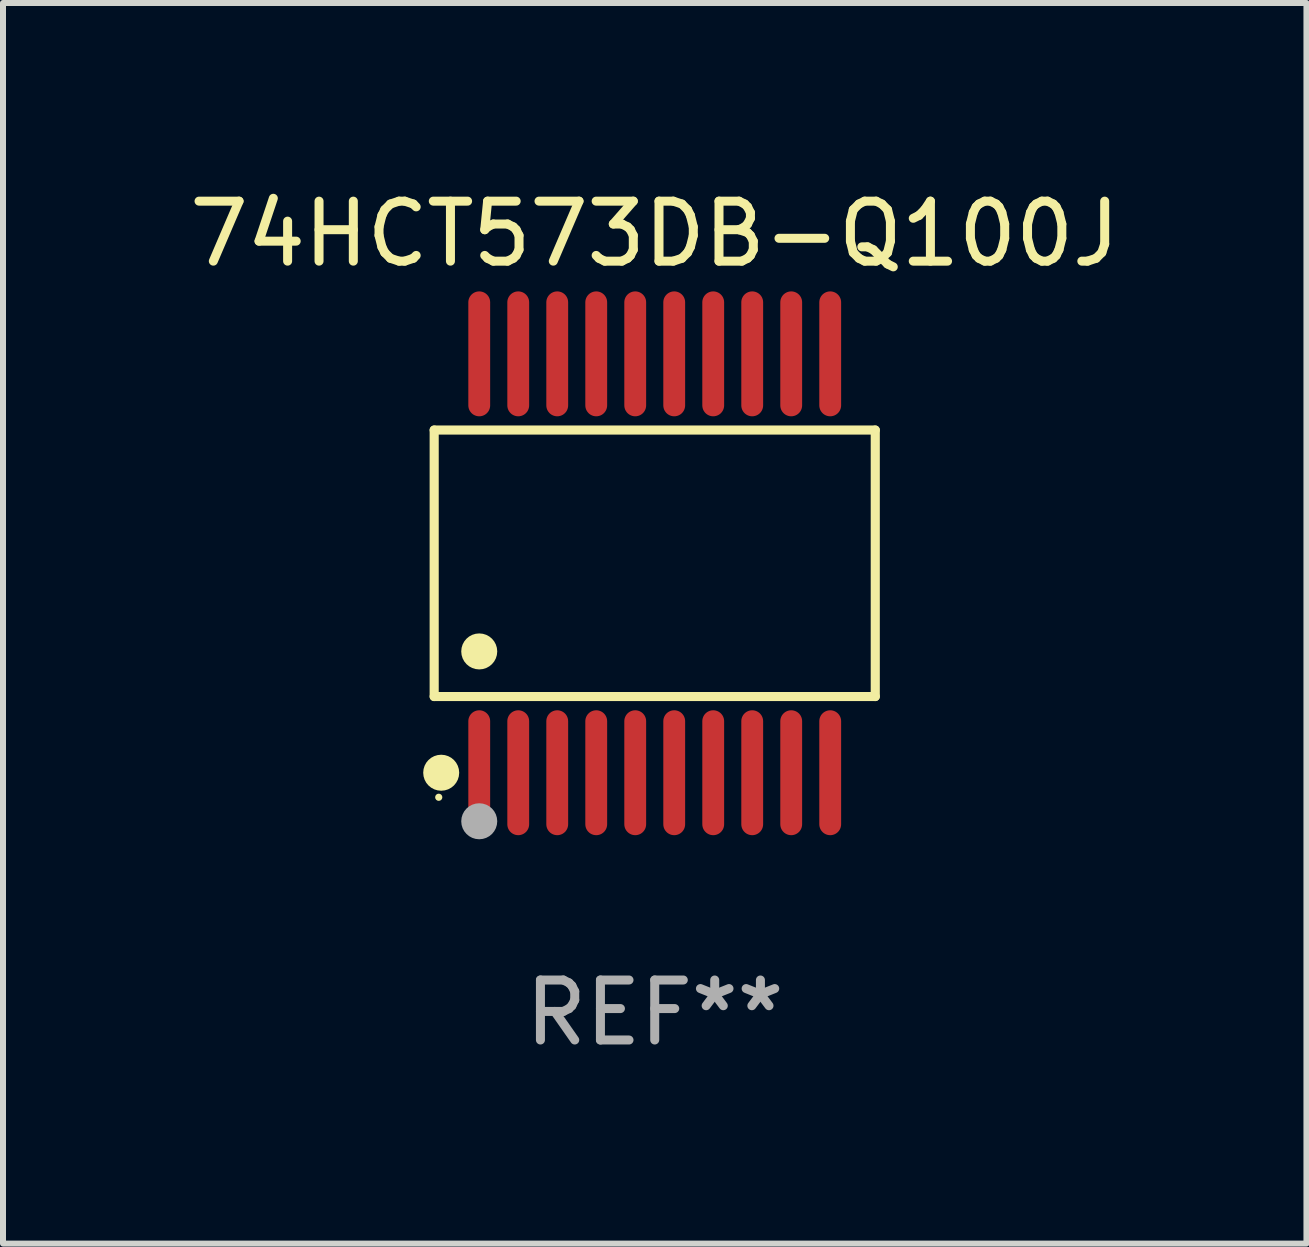
<source format=kicad_pcb>
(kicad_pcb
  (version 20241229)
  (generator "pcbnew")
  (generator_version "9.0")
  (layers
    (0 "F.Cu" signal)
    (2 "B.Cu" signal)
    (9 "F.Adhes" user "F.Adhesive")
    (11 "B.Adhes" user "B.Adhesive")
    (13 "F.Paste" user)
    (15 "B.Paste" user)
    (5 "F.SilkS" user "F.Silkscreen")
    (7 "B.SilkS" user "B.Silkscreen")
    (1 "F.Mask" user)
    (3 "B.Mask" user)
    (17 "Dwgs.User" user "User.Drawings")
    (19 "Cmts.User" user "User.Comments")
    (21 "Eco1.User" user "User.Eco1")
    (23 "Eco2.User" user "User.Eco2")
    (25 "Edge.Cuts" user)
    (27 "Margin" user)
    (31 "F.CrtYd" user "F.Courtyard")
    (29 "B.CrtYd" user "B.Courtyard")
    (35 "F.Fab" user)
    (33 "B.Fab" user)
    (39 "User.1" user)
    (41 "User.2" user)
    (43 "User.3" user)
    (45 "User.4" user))
  (footprint "74HCT573DB-Q100J"
    (layer "F.Cu")
    (at 7.863 6.339)
    (property "Reference" "74HCT573DB-Q100J" (at 0 -5.491 0) (layer "F.SilkS") (effects (font (size 1 1) (thickness 0.15))))
    (attr through_hole)
    (fp_line (start -3.676 -2.221) (end 3.676 -2.221) (stroke (width 0.152) (type solid)) (layer "F.SilkS"))
    (fp_line (start -3.676 2.221) (end -3.676 -2.221) (stroke (width 0.152) (type solid)) (layer "F.SilkS"))
    (fp_line (start 3.676 -2.221) (end 3.676 2.221) (stroke (width 0.152) (type solid)) (layer "F.SilkS"))
    (fp_line (start 3.676 2.221) (end -3.676 2.221) (stroke (width 0.152) (type solid)) (layer "F.SilkS"))
    (fp_circle (center -3.6 3.9) (end -3.57 3.9) (stroke (width 0.06) (type solid)) (fill no) (layer "F.SilkS"))
    (fp_circle (center -3.559 3.491) (end -3.409 3.491) (stroke (width 0.3) (type solid)) (fill no) (layer "F.SilkS"))
    (fp_circle (center -2.925 1.469) (end -2.775 1.469) (stroke (width 0.3) (type solid)) (fill no) (layer "F.SilkS"))
    (fp_circle (center -2.925 4.3) (end -2.775 4.3) (stroke (width 0.3) (type solid)) (fill no) (layer "F.Fab"))
    (fp_text user "REF**" (at 0 7.491 0) (layer "F.Fab") (effects (font (size 1 1) (thickness 0.15))))
    (pad "1" smd oval (at -2.925 3.491) (size 0.364 2.082) (layers "F.Cu" "F.Mask" "F.Paste"))
    (pad "2" smd oval (at -2.275 3.491) (size 0.364 2.082) (layers "F.Cu" "F.Mask" "F.Paste"))
    (pad "3" smd oval (at -1.625 3.491) (size 0.364 2.082) (layers "F.Cu" "F.Mask" "F.Paste"))
    (pad "4" smd oval (at -0.975 3.491) (size 0.364 2.082) (layers "F.Cu" "F.Mask" "F.Paste"))
    (pad "5" smd oval (at -0.325 3.491) (size 0.364 2.082) (layers "F.Cu" "F.Mask" "F.Paste"))
    (pad "6" smd oval (at 0.325 3.491) (size 0.364 2.082) (layers "F.Cu" "F.Mask" "F.Paste"))
    (pad "7" smd oval (at 0.975 3.491) (size 0.364 2.082) (layers "F.Cu" "F.Mask" "F.Paste"))
    (pad "8" smd oval (at 1.625 3.491) (size 0.364 2.082) (layers "F.Cu" "F.Mask" "F.Paste"))
    (pad "9" smd oval (at 2.275 3.491) (size 0.364 2.082) (layers "F.Cu" "F.Mask" "F.Paste"))
    (pad "10" smd oval (at 2.925 3.491) (size 0.364 2.082) (layers "F.Cu" "F.Mask" "F.Paste"))
    (pad "11" smd oval (at 2.925 -3.491) (size 0.364 2.082) (layers "F.Cu" "F.Mask" "F.Paste"))
    (pad "12" smd oval (at 2.275 -3.491) (size 0.364 2.082) (layers "F.Cu" "F.Mask" "F.Paste"))
    (pad "13" smd oval (at 1.625 -3.491) (size 0.364 2.082) (layers "F.Cu" "F.Mask" "F.Paste"))
    (pad "14" smd oval (at 0.975 -3.491) (size 0.364 2.082) (layers "F.Cu" "F.Mask" "F.Paste"))
    (pad "15" smd oval (at 0.325 -3.491) (size 0.364 2.082) (layers "F.Cu" "F.Mask" "F.Paste"))
    (pad "16" smd oval (at -0.325 -3.491) (size 0.364 2.082) (layers "F.Cu" "F.Mask" "F.Paste"))
    (pad "17" smd oval (at -0.975 -3.491) (size 0.364 2.082) (layers "F.Cu" "F.Mask" "F.Paste"))
    (pad "18" smd oval (at -1.625 -3.491) (size 0.364 2.082) (layers "F.Cu" "F.Mask" "F.Paste"))
    (pad "19" smd oval (at -2.275 -3.491) (size 0.364 2.082) (layers "F.Cu" "F.Mask" "F.Paste"))
    (pad "20" smd oval (at -2.925 -3.491) (size 0.364 2.082) (layers "F.Cu" "F.Mask" "F.Paste")))
  (gr_rect
    (start -3 -3)
    (end 18.726 17.678)
    (stroke (width 0.1) (type default))
    (fill no)
    (layer "Edge.Cuts")))
</source>
